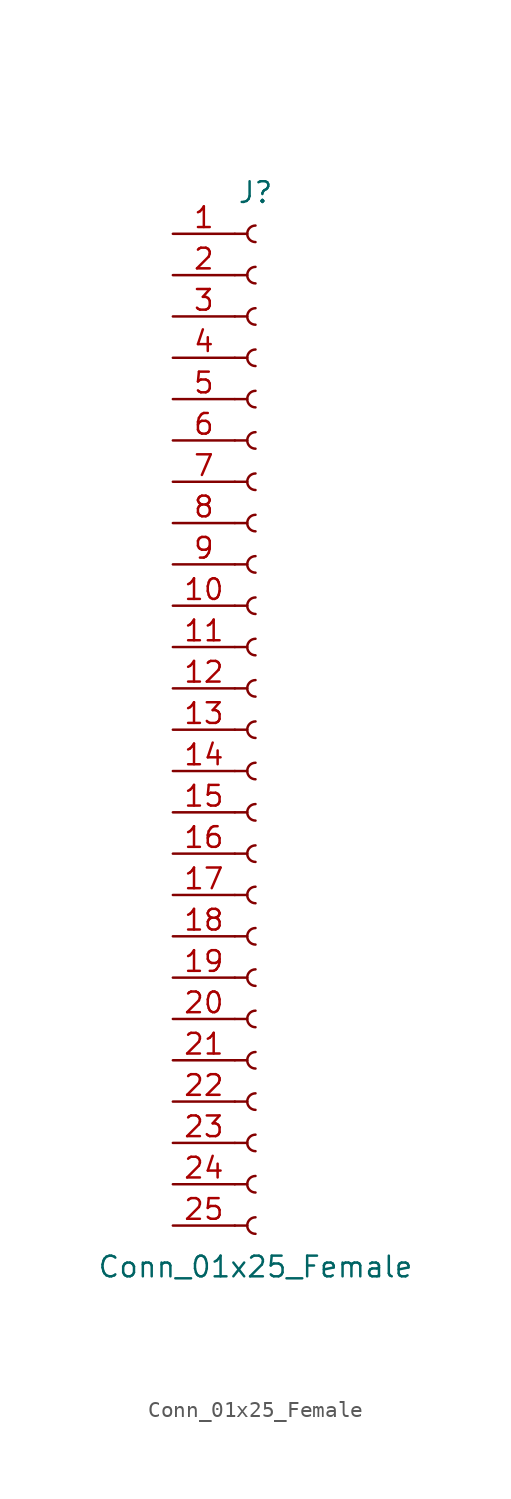
<source format=kicad_sym>
(kicad_symbol_lib
  (version 20211014)
  (generator kicad_symbol_editor)
  (symbol "Conn_01x25_Female"
    (pin_names
      (offset 1.016) hide)
    (property "Reference" "J"
      (at 0 33.02 0)
      (effects (font (size 1.27 1.27))))
    (property "Value" "Conn_01x25_Female"
      (at 0 -33.02 0)
      (effects (font (size 1.27 1.27))))
    (symbol "Conn_01x25_Female_1_1"
      (arc (start 0 -29.972) (mid -0.508 -30.48) (end 0 -30.988) (stroke (width 0.1524) (type default) (color 0 0 0 0)) (fill (type none)))
      (arc (start 0 -27.432) (mid -0.508 -27.94) (end 0 -28.448) (stroke (width 0.1524) (type default) (color 0 0 0 0)) (fill (type none)))
      (arc (start 0 -24.892) (mid -0.508 -25.4) (end 0 -25.908) (stroke (width 0.1524) (type default) (color 0 0 0 0)) (fill (type none)))
      (arc (start 0 -22.352) (mid -0.508 -22.86) (end 0 -23.368) (stroke (width 0.1524) (type default) (color 0 0 0 0)) (fill (type none)))
      (arc (start 0 -19.812) (mid -0.508 -20.32) (end 0 -20.828) (stroke (width 0.1524) (type default) (color 0 0 0 0)) (fill (type none)))
      (arc (start 0 -17.272) (mid -0.508 -17.78) (end 0 -18.288) (stroke (width 0.1524) (type default) (color 0 0 0 0)) (fill (type none)))
      (arc (start 0 -14.732) (mid -0.508 -15.24) (end 0 -15.748) (stroke (width 0.1524) (type default) (color 0 0 0 0)) (fill (type none)))
      (arc (start 0 -12.192) (mid -0.508 -12.7) (end 0 -13.208) (stroke (width 0.1524) (type default) (color 0 0 0 0)) (fill (type none)))
      (arc (start 0 -9.652) (mid -0.508 -10.16) (end 0 -10.668) (stroke (width 0.1524) (type default) (color 0 0 0 0)) (fill (type none)))
      (arc (start 0 -7.112) (mid -0.508 -7.62) (end 0 -8.128) (stroke (width 0.1524) (type default) (color 0 0 0 0)) (fill (type none)))
      (arc (start 0 -4.572) (mid -0.508 -5.08) (end 0 -5.588) (stroke (width 0.1524) (type default) (color 0 0 0 0)) (fill (type none)))
      (arc (start 0 -2.032) (mid -0.508 -2.54) (end 0 -3.048) (stroke (width 0.1524) (type default) (color 0 0 0 0)) (fill (type none)))
      (polyline (pts (xy -1.27 -30.48) (xy -0.508 -30.48)) (stroke (width 0.152) (type default) (color 0 0 0 0)) (fill (type none)))
      (polyline (pts (xy -1.27 -27.94) (xy -0.508 -27.94)) (stroke (width 0.152) (type default) (color 0 0 0 0)) (fill (type none)))
      (polyline (pts (xy -1.27 -25.4) (xy -0.508 -25.4)) (stroke (width 0.152) (type default) (color 0 0 0 0)) (fill (type none)))
      (polyline (pts (xy -1.27 -22.86) (xy -0.508 -22.86)) (stroke (width 0.152) (type default) (color 0 0 0 0)) (fill (type none)))
      (polyline (pts (xy -1.27 -20.32) (xy -0.508 -20.32)) (stroke (width 0.152) (type default) (color 0 0 0 0)) (fill (type none)))
      (polyline (pts (xy -1.27 -17.78) (xy -0.508 -17.78)) (stroke (width 0.152) (type default) (color 0 0 0 0)) (fill (type none)))
      (polyline (pts (xy -1.27 -15.24) (xy -0.508 -15.24)) (stroke (width 0.152) (type default) (color 0 0 0 0)) (fill (type none)))
      (polyline (pts (xy -1.27 -12.7) (xy -0.508 -12.7)) (stroke (width 0.152) (type default) (color 0 0 0 0)) (fill (type none)))
      (polyline (pts (xy -1.27 -10.16) (xy -0.508 -10.16)) (stroke (width 0.152) (type default) (color 0 0 0 0)) (fill (type none)))
      (polyline (pts (xy -1.27 -7.62) (xy -0.508 -7.62)) (stroke (width 0.152) (type default) (color 0 0 0 0)) (fill (type none)))
      (polyline (pts (xy -1.27 -5.08) (xy -0.508 -5.08)) (stroke (width 0.152) (type default) (color 0 0 0 0)) (fill (type none)))
      (polyline (pts (xy -1.27 -2.54) (xy -0.508 -2.54)) (stroke (width 0.152) (type default) (color 0 0 0 0)) (fill (type none)))
      (polyline (pts (xy -1.27 0) (xy -0.508 0)) (stroke (width 0.152) (type default) (color 0 0 0 0)) (fill (type none)))
      (polyline (pts (xy -1.27 2.54) (xy -0.508 2.54)) (stroke (width 0.152) (type default) (color 0 0 0 0)) (fill (type none)))
      (polyline (pts (xy -1.27 5.08) (xy -0.508 5.08)) (stroke (width 0.152) (type default) (color 0 0 0 0)) (fill (type none)))
      (polyline (pts (xy -1.27 7.62) (xy -0.508 7.62)) (stroke (width 0.152) (type default) (color 0 0 0 0)) (fill (type none)))
      (polyline (pts (xy -1.27 10.16) (xy -0.508 10.16)) (stroke (width 0.152) (type default) (color 0 0 0 0)) (fill (type none)))
      (polyline (pts (xy -1.27 12.7) (xy -0.508 12.7)) (stroke (width 0.152) (type default) (color 0 0 0 0)) (fill (type none)))
      (polyline (pts (xy -1.27 15.24) (xy -0.508 15.24)) (stroke (width 0.152) (type default) (color 0 0 0 0)) (fill (type none)))
      (polyline (pts (xy -1.27 17.78) (xy -0.508 17.78)) (stroke (width 0.152) (type default) (color 0 0 0 0)) (fill (type none)))
      (polyline (pts (xy -1.27 20.32) (xy -0.508 20.32)) (stroke (width 0.152) (type default) (color 0 0 0 0)) (fill (type none)))
      (polyline (pts (xy -1.27 22.86) (xy -0.508 22.86)) (stroke (width 0.152) (type default) (color 0 0 0 0)) (fill (type none)))
      (polyline (pts (xy -1.27 25.4) (xy -0.508 25.4)) (stroke (width 0.152) (type default) (color 0 0 0 0)) (fill (type none)))
      (polyline (pts (xy -1.27 27.94) (xy -0.508 27.94)) (stroke (width 0.152) (type default) (color 0 0 0 0)) (fill (type none)))
      (polyline (pts (xy -1.27 30.48) (xy -0.508 30.48)) (stroke (width 0.152) (type default) (color 0 0 0 0)) (fill (type none)))
      (arc (start 0 0.508) (mid -0.508 0) (end 0 -0.508) (stroke (width 0.1524) (type default) (color 0 0 0 0)) (fill (type none)))
      (arc (start 0 3.048) (mid -0.508 2.54) (end 0 2.032) (stroke (width 0.1524) (type default) (color 0 0 0 0)) (fill (type none)))
      (arc (start 0 5.588) (mid -0.508 5.08) (end 0 4.572) (stroke (width 0.1524) (type default) (color 0 0 0 0)) (fill (type none)))
      (arc (start 0 8.128) (mid -0.508 7.62) (end 0 7.112) (stroke (width 0.1524) (type default) (color 0 0 0 0)) (fill (type none)))
      (arc (start 0 10.668) (mid -0.508 10.16) (end 0 9.652) (stroke (width 0.1524) (type default) (color 0 0 0 0)) (fill (type none)))
      (arc (start 0 13.208) (mid -0.508 12.7) (end 0 12.192) (stroke (width 0.1524) (type default) (color 0 0 0 0)) (fill (type none)))
      (arc (start 0 15.748) (mid -0.508 15.24) (end 0 14.732) (stroke (width 0.1524) (type default) (color 0 0 0 0)) (fill (type none)))
      (arc (start 0 18.288) (mid -0.508 17.78) (end 0 17.272) (stroke (width 0.1524) (type default) (color 0 0 0 0)) (fill (type none)))
      (arc (start 0 20.828) (mid -0.508 20.32) (end 0 19.812) (stroke (width 0.1524) (type default) (color 0 0 0 0)) (fill (type none)))
      (arc (start 0 23.368) (mid -0.508 22.86) (end 0 22.352) (stroke (width 0.1524) (type default) (color 0 0 0 0)) (fill (type none)))
      (arc (start 0 25.908) (mid -0.508 25.4) (end 0 24.892) (stroke (width 0.1524) (type default) (color 0 0 0 0)) (fill (type none)))
      (arc (start 0 28.448) (mid -0.508 27.94) (end 0 27.432) (stroke (width 0.1524) (type default) (color 0 0 0 0)) (fill (type none)))
      (arc (start 0 30.988) (mid -0.508 30.48) (end 0 29.972) (stroke (width 0.1524) (type default) (color 0 0 0 0)) (fill (type none)))
      (pin passive line (at -5.08 30.48 0) (length 3.81) (name "Pin_1" (effects (font (size 1.27 1.27)))) (number "1" (effects (font (size 1.27 1.27)))))
      (pin passive line (at -5.08 7.62 0) (length 3.81) (name "Pin_10" (effects (font (size 1.27 1.27)))) (number "10" (effects (font (size 1.27 1.27)))))
      (pin passive line (at -5.08 5.08 0) (length 3.81) (name "Pin_11" (effects (font (size 1.27 1.27)))) (number "11" (effects (font (size 1.27 1.27)))))
      (pin passive line (at -5.08 2.54 0) (length 3.81) (name "Pin_12" (effects (font (size 1.27 1.27)))) (number "12" (effects (font (size 1.27 1.27)))))
      (pin passive line (at -5.08 0 0) (length 3.81) (name "Pin_13" (effects (font (size 1.27 1.27)))) (number "13" (effects (font (size 1.27 1.27)))))
      (pin passive line (at -5.08 -2.54 0) (length 3.81) (name "Pin_14" (effects (font (size 1.27 1.27)))) (number "14" (effects (font (size 1.27 1.27)))))
      (pin passive line (at -5.08 -5.08 0) (length 3.81) (name "Pin_15" (effects (font (size 1.27 1.27)))) (number "15" (effects (font (size 1.27 1.27)))))
      (pin passive line (at -5.08 -7.62 0) (length 3.81) (name "Pin_16" (effects (font (size 1.27 1.27)))) (number "16" (effects (font (size 1.27 1.27)))))
      (pin passive line (at -5.08 -10.16 0) (length 3.81) (name "Pin_17" (effects (font (size 1.27 1.27)))) (number "17" (effects (font (size 1.27 1.27)))))
      (pin passive line (at -5.08 -12.7 0) (length 3.81) (name "Pin_18" (effects (font (size 1.27 1.27)))) (number "18" (effects (font (size 1.27 1.27)))))
      (pin passive line (at -5.08 -15.24 0) (length 3.81) (name "Pin_19" (effects (font (size 1.27 1.27)))) (number "19" (effects (font (size 1.27 1.27)))))
      (pin passive line (at -5.08 27.94 0) (length 3.81) (name "Pin_2" (effects (font (size 1.27 1.27)))) (number "2" (effects (font (size 1.27 1.27)))))
      (pin passive line (at -5.08 -17.78 0) (length 3.81) (name "Pin_20" (effects (font (size 1.27 1.27)))) (number "20" (effects (font (size 1.27 1.27)))))
      (pin passive line (at -5.08 -20.32 0) (length 3.81) (name "Pin_21" (effects (font (size 1.27 1.27)))) (number "21" (effects (font (size 1.27 1.27)))))
      (pin passive line (at -5.08 -22.86 0) (length 3.81) (name "Pin_22" (effects (font (size 1.27 1.27)))) (number "22" (effects (font (size 1.27 1.27)))))
      (pin passive line (at -5.08 -25.4 0) (length 3.81) (name "Pin_23" (effects (font (size 1.27 1.27)))) (number "23" (effects (font (size 1.27 1.27)))))
      (pin passive line (at -5.08 -27.94 0) (length 3.81) (name "Pin_24" (effects (font (size 1.27 1.27)))) (number "24" (effects (font (size 1.27 1.27)))))
      (pin passive line (at -5.08 -30.48 0) (length 3.81) (name "Pin_25" (effects (font (size 1.27 1.27)))) (number "25" (effects (font (size 1.27 1.27)))))
      (pin passive line (at -5.08 25.4 0) (length 3.81) (name "Pin_3" (effects (font (size 1.27 1.27)))) (number "3" (effects (font (size 1.27 1.27)))))
      (pin passive line (at -5.08 22.86 0) (length 3.81) (name "Pin_4" (effects (font (size 1.27 1.27)))) (number "4" (effects (font (size 1.27 1.27)))))
      (pin passive line (at -5.08 20.32 0) (length 3.81) (name "Pin_5" (effects (font (size 1.27 1.27)))) (number "5" (effects (font (size 1.27 1.27)))))
      (pin passive line (at -5.08 17.78 0) (length 3.81) (name "Pin_6" (effects (font (size 1.27 1.27)))) (number "6" (effects (font (size 1.27 1.27)))))
      (pin passive line (at -5.08 15.24 0) (length 3.81) (name "Pin_7" (effects (font (size 1.27 1.27)))) (number "7" (effects (font (size 1.27 1.27)))))
      (pin passive line (at -5.08 12.7 0) (length 3.81) (name "Pin_8" (effects (font (size 1.27 1.27)))) (number "8" (effects (font (size 1.27 1.27)))))
      (pin passive line (at -5.08 10.16 0) (length 3.81) (name "Pin_9" (effects (font (size 1.27 1.27)))) (number "9" (effects (font (size 1.27 1.27))))))))
</source>
